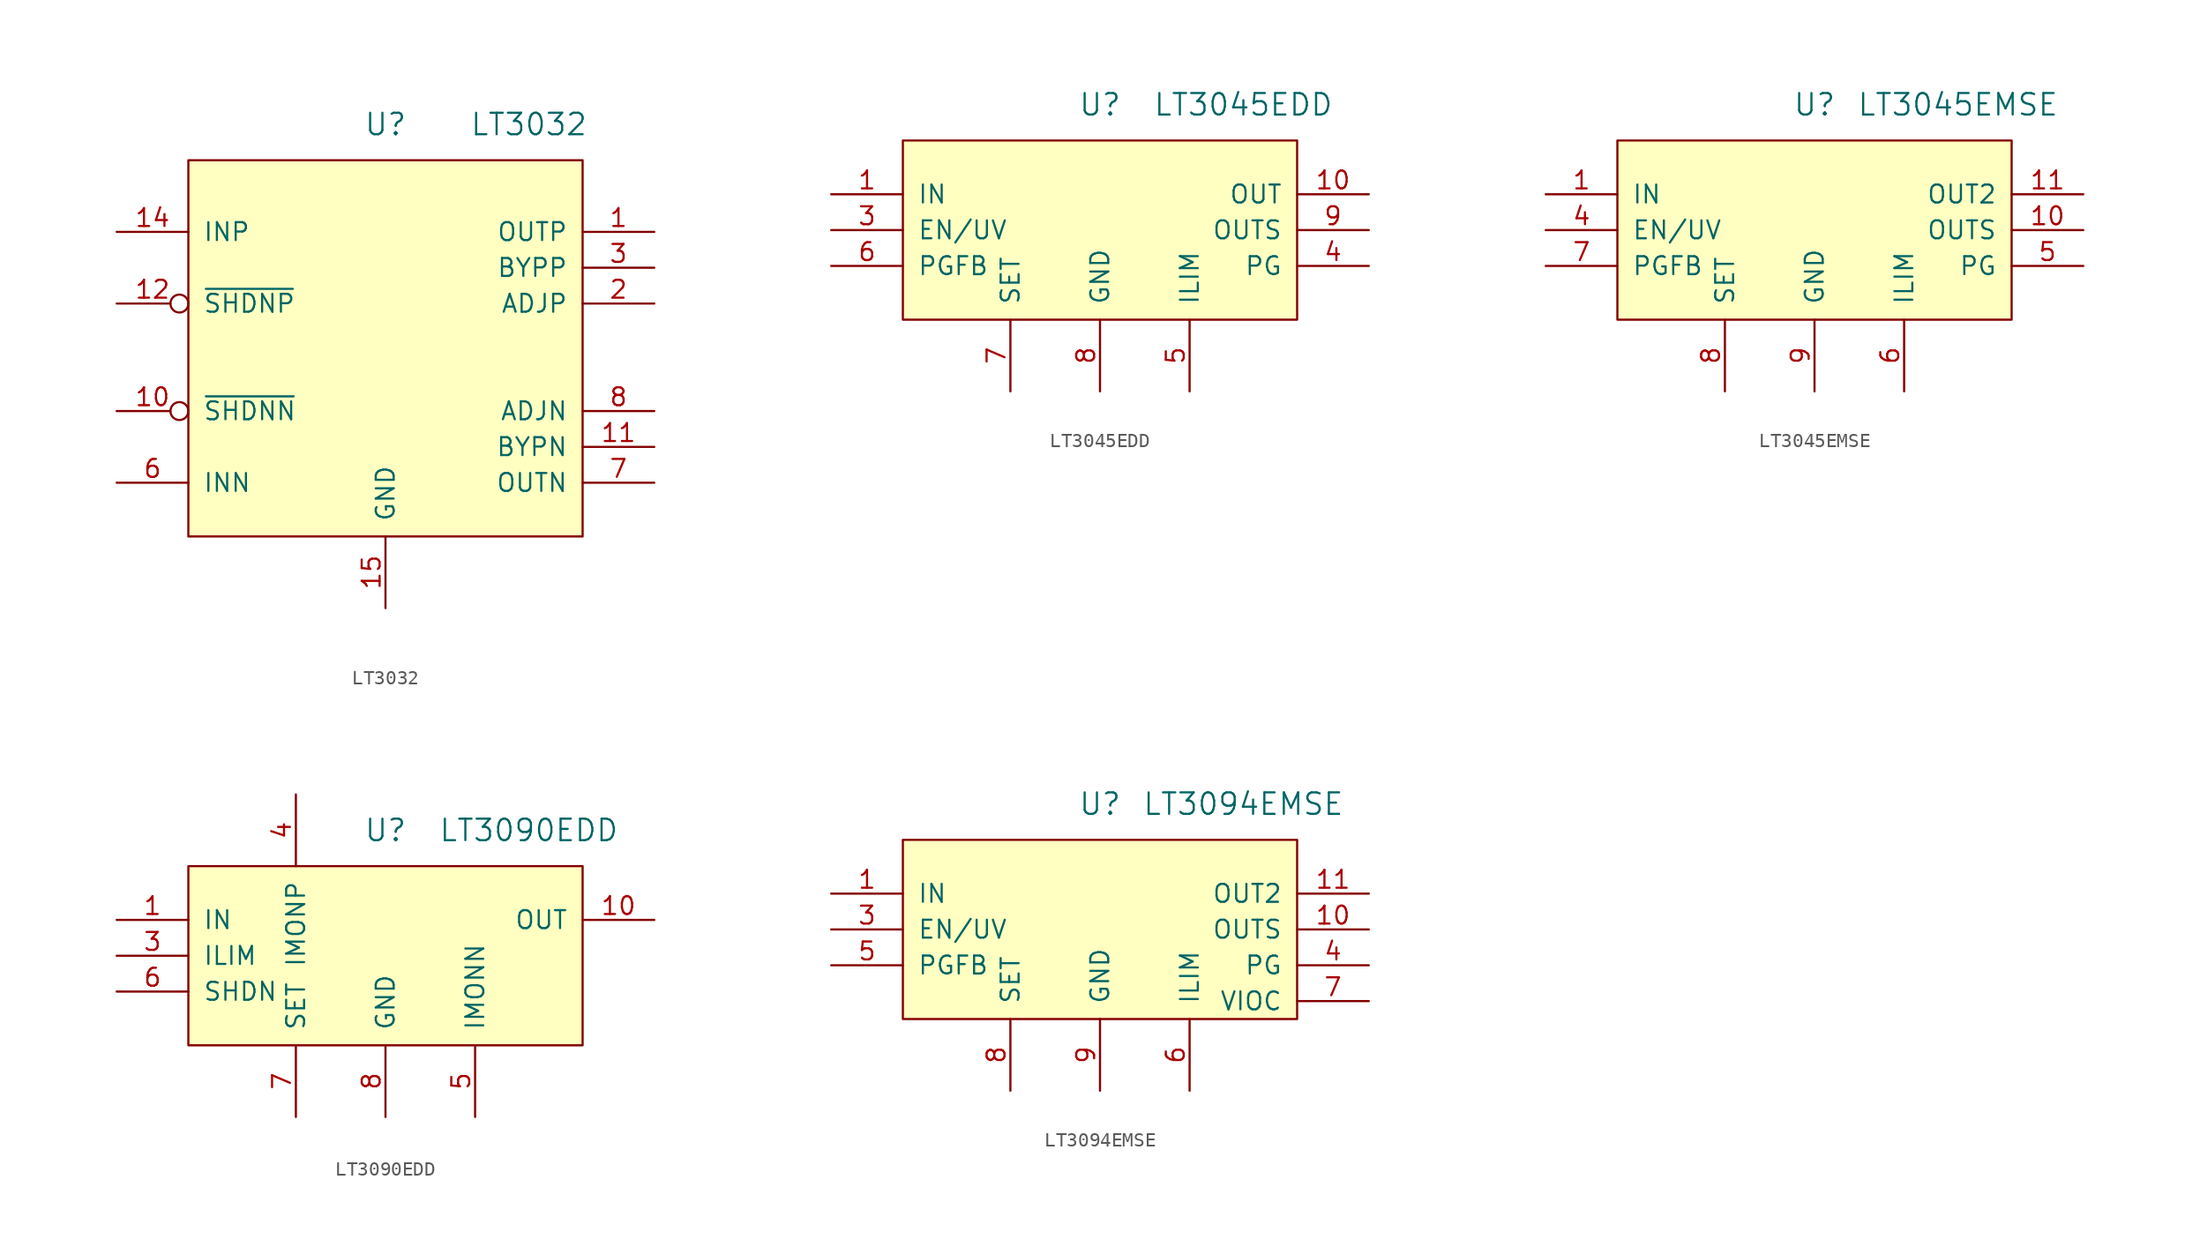
<source format=kicad_sym>
(kicad_symbol_lib
  (version 20211014)
  (generator kicad_symbol_editor)
  (symbol "LT3032"
    (pin_names
      (offset 1.016))
    (property "Reference" "U"
      (at 0 16.51 0)
      (effects (font (size 1.524 1.524))))
    (property "Value" "LT3032"
      (at 10.16 16.51 0)
      (effects (font (size 1.524 1.524))))
    (symbol "LT3032_0_1"
      (rectangle (start -13.97 13.97) (end 13.97 -12.7) (stroke (width 0) (type default) (color 0 0 0 0)) (fill (type background))))
    (symbol "LT3032_1_1"
      (pin power_out line (at 19.05 8.89 180) (length 5.08) (name "OUTP" (effects (font (size 1.27 1.27)))) (number "1" (effects (font (size 1.27 1.27)))))
      (pin input inverted (at -19.05 -3.81 0) (length 5.08) (name "~{SHDNN}" (effects (font (size 1.27 1.27)))) (number "10" (effects (font (size 1.27 1.27)))))
      (pin passive line (at 19.05 -6.35 180) (length 5.08) (name "BYPN" (effects (font (size 1.27 1.27)))) (number "11" (effects (font (size 1.27 1.27)))))
      (pin input inverted (at -19.05 3.81 0) (length 5.08) (name "~{SHDNP}" (effects (font (size 1.27 1.27)))) (number "12" (effects (font (size 1.27 1.27)))))
      (pin power_in line (at -19.05 8.89 0) (length 5.08) (name "INP" (effects (font (size 1.27 1.27)))) (number "14" (effects (font (size 1.27 1.27)))))
      (pin power_in line (at 0 -17.78 90) (length 5.08) (name "GND" (effects (font (size 1.27 1.27)))) (number "15" (effects (font (size 1.27 1.27)))))
      (pin power_in line (at -19.05 -8.89 0) (length 5.08) hide (name "INN" (effects (font (size 1.27 1.27)))) (number "16" (effects (font (size 1.27 1.27)))))
      (pin input line (at 19.05 3.81 180) (length 5.08) (name "ADJP" (effects (font (size 1.27 1.27)))) (number "2" (effects (font (size 1.27 1.27)))))
      (pin passive line (at 19.05 6.35 180) (length 5.08) (name "BYPP" (effects (font (size 1.27 1.27)))) (number "3" (effects (font (size 1.27 1.27)))))
      (pin power_in line (at 0 -17.78 90) (length 5.08) hide (name "~" (effects (font (size 1.27 1.27)))) (number "4" (effects (font (size 1.27 1.27)))))
      (pin power_in line (at 0 -17.78 90) (length 5.08) hide (name "~" (effects (font (size 1.27 1.27)))) (number "5" (effects (font (size 1.27 1.27)))))
      (pin power_in line (at -19.05 -8.89 0) (length 5.08) (name "INN" (effects (font (size 1.27 1.27)))) (number "6" (effects (font (size 1.27 1.27)))))
      (pin power_out line (at 19.05 -8.89 180) (length 5.08) (name "OUTN" (effects (font (size 1.27 1.27)))) (number "7" (effects (font (size 1.27 1.27)))))
      (pin input line (at 19.05 -3.81 180) (length 5.08) (name "ADJN" (effects (font (size 1.27 1.27)))) (number "8" (effects (font (size 1.27 1.27)))))
      (pin power_in line (at -19.05 -8.89 0) (length 5.08) hide (name "INN" (effects (font (size 1.27 1.27)))) (number "9" (effects (font (size 1.27 1.27)))))))
  (symbol "LT3045EDD"
    (pin_names
      (offset 1.016))
    (property "Reference" "U"
      (at 0 8.89 0)
      (effects (font (size 1.524 1.524))))
    (property "Value" "LT3045EDD"
      (at 10.16 8.89 0)
      (effects (font (size 1.524 1.524))))
    (symbol "LT3045EDD_0_1"
      (rectangle (start -13.97 6.35) (end 13.97 -6.35) (stroke (width 0) (type default) (color 0 0 0 0)) (fill (type background))))
    (symbol "LT3045EDD_1_1"
      (pin power_in line (at -19.05 2.54 0) (length 5.08) (name "IN" (effects (font (size 1.27 1.27)))) (number "1" (effects (font (size 1.27 1.27)))))
      (pin power_out line (at 19.05 2.54 180) (length 5.08) (name "OUT" (effects (font (size 1.27 1.27)))) (number "10" (effects (font (size 1.27 1.27)))))
      (pin passive line (at 0 -11.43 90) (length 5.08) hide (name "PAD" (effects (font (size 1.27 1.27)))) (number "11" (effects (font (size 1.27 1.27)))))
      (pin power_in line (at -19.05 2.54 0) (length 5.08) hide (name "IN2" (effects (font (size 1.27 1.27)))) (number "2" (effects (font (size 1.27 1.27)))))
      (pin input line (at -19.05 0 0) (length 5.08) (name "EN/UV" (effects (font (size 1.27 1.27)))) (number "3" (effects (font (size 1.27 1.27)))))
      (pin output line (at 19.05 -2.54 180) (length 5.08) (name "PG" (effects (font (size 1.27 1.27)))) (number "4" (effects (font (size 1.27 1.27)))))
      (pin input line (at 6.35 -11.43 90) (length 5.08) (name "ILIM" (effects (font (size 1.27 1.27)))) (number "5" (effects (font (size 1.27 1.27)))))
      (pin input line (at -19.05 -2.54 0) (length 5.08) (name "PGFB" (effects (font (size 1.27 1.27)))) (number "6" (effects (font (size 1.27 1.27)))))
      (pin input line (at -6.35 -11.43 90) (length 5.08) (name "SET" (effects (font (size 1.27 1.27)))) (number "7" (effects (font (size 1.27 1.27)))))
      (pin power_in line (at 0 -11.43 90) (length 5.08) (name "GND" (effects (font (size 1.27 1.27)))) (number "8" (effects (font (size 1.27 1.27)))))
      (pin input line (at 19.05 0 180) (length 5.08) (name "OUTS" (effects (font (size 1.27 1.27)))) (number "9" (effects (font (size 1.27 1.27)))))))
  (symbol "LT3045EMSE"
    (pin_names
      (offset 1.016))
    (property "Reference" "U"
      (at 0 8.89 0)
      (effects (font (size 1.524 1.524))))
    (property "Value" "LT3045EMSE"
      (at 10.16 8.89 0)
      (effects (font (size 1.524 1.524))))
    (symbol "LT3045EMSE_0_1"
      (rectangle (start -13.97 6.35) (end 13.97 -6.35) (stroke (width 0) (type default) (color 0 0 0 0)) (fill (type background))))
    (symbol "LT3045EMSE_1_1"
      (pin power_in line (at -19.05 2.54 0) (length 5.08) (name "IN" (effects (font (size 1.27 1.27)))) (number "1" (effects (font (size 1.27 1.27)))))
      (pin input line (at 19.05 0 180) (length 5.08) (name "OUTS" (effects (font (size 1.27 1.27)))) (number "10" (effects (font (size 1.27 1.27)))))
      (pin power_out line (at 19.05 2.54 180) (length 5.08) (name "OUT2" (effects (font (size 1.27 1.27)))) (number "11" (effects (font (size 1.27 1.27)))))
      (pin passive line (at 19.05 2.54 180) (length 5.08) hide (name "OUT2" (effects (font (size 1.27 1.27)))) (number "12" (effects (font (size 1.27 1.27)))))
      (pin power_in line (at 0 -11.43 90) (length 5.08) hide (name "PAD" (effects (font (size 1.27 1.27)))) (number "13" (effects (font (size 1.27 1.27)))))
      (pin power_in line (at -19.05 2.54 0) (length 5.08) hide (name "IN2" (effects (font (size 1.27 1.27)))) (number "2" (effects (font (size 1.27 1.27)))))
      (pin power_in line (at -19.05 2.54 0) (length 5.08) hide (name "IN3" (effects (font (size 1.27 1.27)))) (number "3" (effects (font (size 1.27 1.27)))))
      (pin input line (at -19.05 0 0) (length 5.08) (name "EN/UV" (effects (font (size 1.27 1.27)))) (number "4" (effects (font (size 1.27 1.27)))))
      (pin output line (at 19.05 -2.54 180) (length 5.08) (name "PG" (effects (font (size 1.27 1.27)))) (number "5" (effects (font (size 1.27 1.27)))))
      (pin input line (at 6.35 -11.43 90) (length 5.08) (name "ILIM" (effects (font (size 1.27 1.27)))) (number "6" (effects (font (size 1.27 1.27)))))
      (pin input line (at -19.05 -2.54 0) (length 5.08) (name "PGFB" (effects (font (size 1.27 1.27)))) (number "7" (effects (font (size 1.27 1.27)))))
      (pin input line (at -6.35 -11.43 90) (length 5.08) (name "SET" (effects (font (size 1.27 1.27)))) (number "8" (effects (font (size 1.27 1.27)))))
      (pin power_in line (at 0 -11.43 90) (length 5.08) (name "GND" (effects (font (size 1.27 1.27)))) (number "9" (effects (font (size 1.27 1.27)))))))
  (symbol "LT3090EDD"
    (pin_names
      (offset 1.016))
    (property "Reference" "U"
      (at 0 8.89 0)
      (effects (font (size 1.524 1.524))))
    (property "Value" "LT3090EDD"
      (at 10.16 8.89 0)
      (effects (font (size 1.524 1.524))))
    (symbol "LT3090EDD_0_1"
      (rectangle (start -13.97 6.35) (end 13.97 -6.35) (stroke (width 0) (type default) (color 0 0 0 0)) (fill (type background))))
    (symbol "LT3090EDD_1_1"
      (pin input line (at -19.05 2.54 0) (length 5.08) (name "IN" (effects (font (size 1.27 1.27)))) (number "1" (effects (font (size 1.27 1.27)))))
      (pin power_out line (at 19.05 2.54 180) (length 5.08) (name "OUT" (effects (font (size 1.27 1.27)))) (number "10" (effects (font (size 1.27 1.27)))))
      (pin passive line (at -19.05 2.54 0) (length 5.08) hide (name "PAD" (effects (font (size 1.27 1.27)))) (number "11" (effects (font (size 1.27 1.27)))))
      (pin passive line (at -19.05 2.54 0) (length 5.08) hide (name "PAD" (effects (font (size 1.27 1.27)))) (number "2" (effects (font (size 1.27 1.27)))))
      (pin input line (at -19.05 0 0) (length 5.08) (name "ILIM" (effects (font (size 1.27 1.27)))) (number "3" (effects (font (size 1.27 1.27)))))
      (pin passive line (at -6.35 11.43 270) (length 5.08) (name "IMONP" (effects (font (size 1.27 1.27)))) (number "4" (effects (font (size 1.27 1.27)))))
      (pin passive line (at 6.35 -11.43 90) (length 5.08) (name "IMONN" (effects (font (size 1.27 1.27)))) (number "5" (effects (font (size 1.27 1.27)))))
      (pin input line (at -19.05 -2.54 0) (length 5.08) (name "SHDN" (effects (font (size 1.27 1.27)))) (number "6" (effects (font (size 1.27 1.27)))))
      (pin input line (at -6.35 -11.43 90) (length 5.08) (name "SET" (effects (font (size 1.27 1.27)))) (number "7" (effects (font (size 1.27 1.27)))))
      (pin power_in line (at 0 -11.43 90) (length 5.08) (name "GND" (effects (font (size 1.27 1.27)))) (number "8" (effects (font (size 1.27 1.27)))))
      (pin passive line (at 19.05 2.54 180) (length 5.08) hide (name "OUT" (effects (font (size 1.27 1.27)))) (number "9" (effects (font (size 1.27 1.27)))))))
  (symbol "LT3094EMSE"
    (pin_names
      (offset 1.016))
    (property "Reference" "U"
      (at 0 8.89 0)
      (effects (font (size 1.524 1.524))))
    (property "Value" "LT3094EMSE"
      (at 10.16 8.89 0)
      (effects (font (size 1.524 1.524))))
    (symbol "LT3094EMSE_0_1"
      (rectangle (start -13.97 6.35) (end 13.97 -6.35) (stroke (width 0) (type default) (color 0 0 0 0)) (fill (type background))))
    (symbol "LT3094EMSE_1_1"
      (pin power_in line (at -19.05 2.54 0) (length 5.08) (name "IN" (effects (font (size 1.27 1.27)))) (number "1" (effects (font (size 1.27 1.27)))))
      (pin input line (at 19.05 0 180) (length 5.08) (name "OUTS" (effects (font (size 1.27 1.27)))) (number "10" (effects (font (size 1.27 1.27)))))
      (pin power_out line (at 19.05 2.54 180) (length 5.08) (name "OUT2" (effects (font (size 1.27 1.27)))) (number "11" (effects (font (size 1.27 1.27)))))
      (pin passive line (at 19.05 2.54 180) (length 5.08) hide (name "OUT2" (effects (font (size 1.27 1.27)))) (number "12" (effects (font (size 1.27 1.27)))))
      (pin power_in line (at -19.05 2.54 0) (length 5.08) hide (name "IN" (effects (font (size 1.27 1.27)))) (number "13" (effects (font (size 1.27 1.27)))))
      (pin power_in line (at -19.05 2.54 0) (length 5.08) hide (name "IN" (effects (font (size 1.27 1.27)))) (number "2" (effects (font (size 1.27 1.27)))))
      (pin input line (at -19.05 0 0) (length 5.08) (name "EN/UV" (effects (font (size 1.27 1.27)))) (number "3" (effects (font (size 1.27 1.27)))))
      (pin output line (at 19.05 -2.54 180) (length 5.08) (name "PG" (effects (font (size 1.27 1.27)))) (number "4" (effects (font (size 1.27 1.27)))))
      (pin input line (at -19.05 -2.54 0) (length 5.08) (name "PGFB" (effects (font (size 1.27 1.27)))) (number "5" (effects (font (size 1.27 1.27)))))
      (pin input line (at 6.35 -11.43 90) (length 5.08) (name "ILIM" (effects (font (size 1.27 1.27)))) (number "6" (effects (font (size 1.27 1.27)))))
      (pin input line (at 19.05 -5.08 180) (length 5.08) (name "VIOC" (effects (font (size 1.27 1.27)))) (number "7" (effects (font (size 1.27 1.27)))))
      (pin input line (at -6.35 -11.43 90) (length 5.08) (name "SET" (effects (font (size 1.27 1.27)))) (number "8" (effects (font (size 1.27 1.27)))))
      (pin power_in line (at 0 -11.43 90) (length 5.08) (name "GND" (effects (font (size 1.27 1.27)))) (number "9" (effects (font (size 1.27 1.27))))))))
</source>
